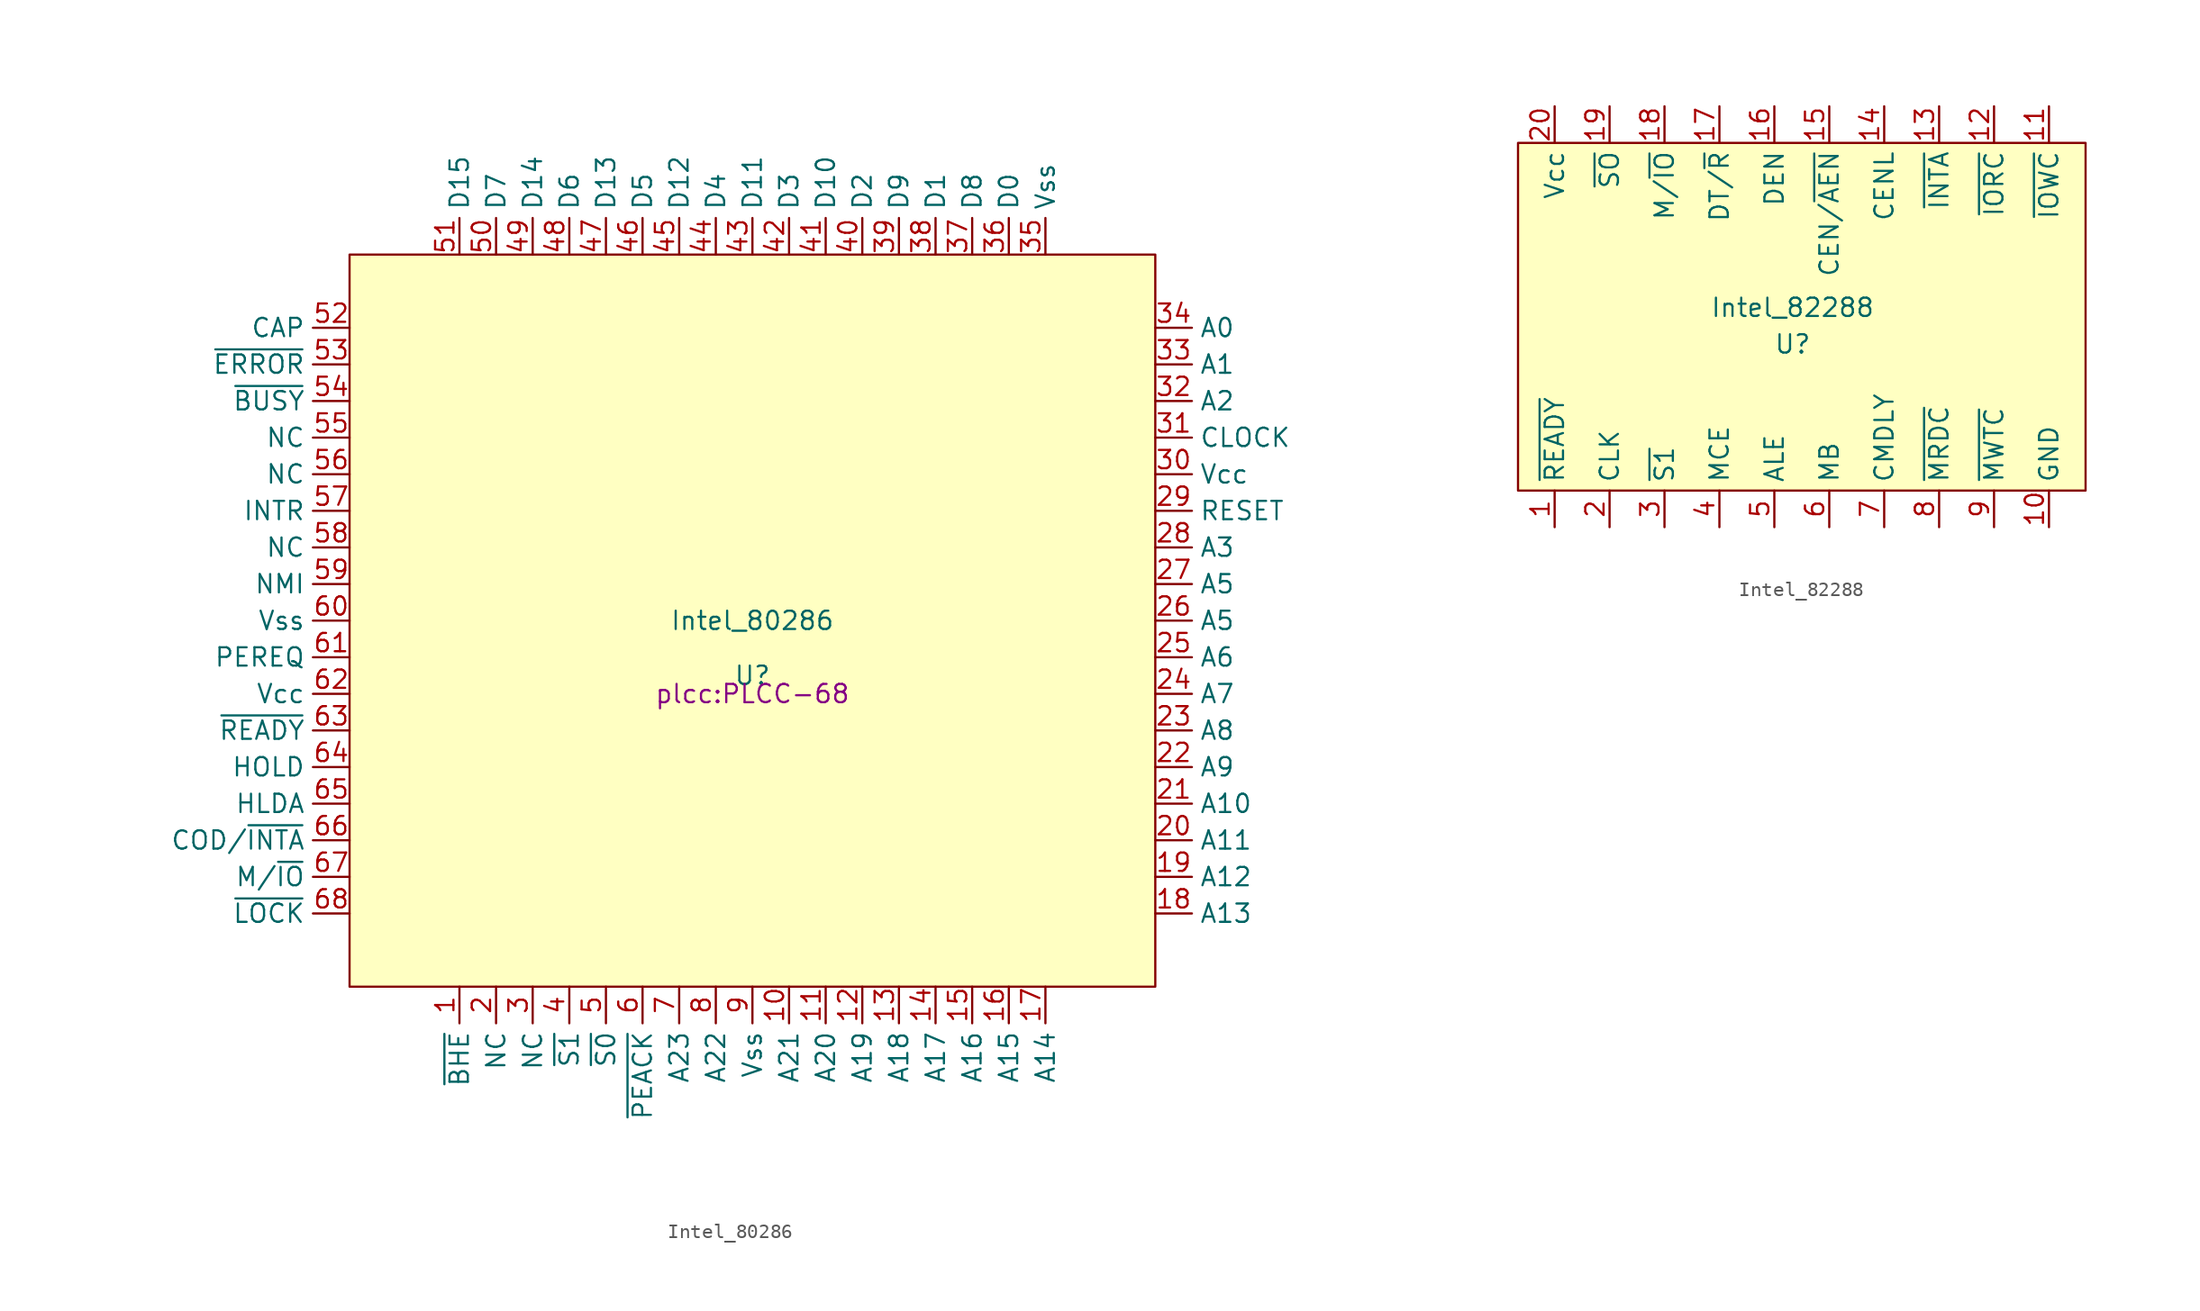
<source format=kicad_sym>
(kicad_symbol_lib
  (version 20211014)
  (generator kicad_symbol_editor)
  (symbol "Intel_80286"
    (property "Reference" "U"
      (at -1.27 -3.81 0)
      (effects (font (size 1.27 1.27))))
    (property "Value" "Intel_80286"
      (at -1.27 0 0)
      (effects (font (size 1.27 1.27))))
    (property "Footprint" "plcc:PLCC-68"
      (at -1.27 -5.08 0)
      (effects (font (size 1.27 1.27))))
    (symbol "Intel_80286_0_1"
      (rectangle (start -29.21 25.4) (end 26.67 -25.4) (stroke (width 0) (type default) (color 0 0 0 0)) (fill (type background))))
    (symbol "Intel_80286_1_1"
      (pin output line (at -21.59 -25.4 270) (length 2.54) (name "~{BHE}" (effects (font (size 1.27 1.27)))) (number "1" (effects (font (size 1.27 1.27)))))
      (pin output line (at 1.27 -25.4 270) (length 2.54) (name "A21" (effects (font (size 1.27 1.27)))) (number "10" (effects (font (size 1.27 1.27)))))
      (pin output line (at 3.81 -25.4 270) (length 2.54) (name "A20" (effects (font (size 1.27 1.27)))) (number "11" (effects (font (size 1.27 1.27)))))
      (pin output line (at 6.35 -25.4 270) (length 2.54) (name "A19" (effects (font (size 1.27 1.27)))) (number "12" (effects (font (size 1.27 1.27)))))
      (pin output line (at 8.89 -25.4 270) (length 2.54) (name "A18" (effects (font (size 1.27 1.27)))) (number "13" (effects (font (size 1.27 1.27)))))
      (pin output line (at 11.43 -25.4 270) (length 2.54) (name "A17" (effects (font (size 1.27 1.27)))) (number "14" (effects (font (size 1.27 1.27)))))
      (pin output line (at 13.97 -25.4 270) (length 2.54) (name "A16" (effects (font (size 1.27 1.27)))) (number "15" (effects (font (size 1.27 1.27)))))
      (pin output line (at 16.51 -25.4 270) (length 2.54) (name "A15" (effects (font (size 1.27 1.27)))) (number "16" (effects (font (size 1.27 1.27)))))
      (pin output line (at 19.05 -25.4 270) (length 2.54) (name "A14" (effects (font (size 1.27 1.27)))) (number "17" (effects (font (size 1.27 1.27)))))
      (pin output line (at 26.67 -20.32 0) (length 2.54) (name "A13" (effects (font (size 1.27 1.27)))) (number "18" (effects (font (size 1.27 1.27)))))
      (pin output line (at 26.67 -17.78 0) (length 2.54) (name "A12" (effects (font (size 1.27 1.27)))) (number "19" (effects (font (size 1.27 1.27)))))
      (pin input line (at -19.05 -25.4 270) (length 2.54) (name "NC" (effects (font (size 1.27 1.27)))) (number "2" (effects (font (size 1.27 1.27)))))
      (pin output line (at 26.67 -15.24 0) (length 2.54) (name "A11" (effects (font (size 1.27 1.27)))) (number "20" (effects (font (size 1.27 1.27)))))
      (pin output line (at 26.67 -12.7 0) (length 2.54) (name "A10" (effects (font (size 1.27 1.27)))) (number "21" (effects (font (size 1.27 1.27)))))
      (pin output line (at 26.67 -10.16 0) (length 2.54) (name "A9" (effects (font (size 1.27 1.27)))) (number "22" (effects (font (size 1.27 1.27)))))
      (pin output line (at 26.67 -7.62 0) (length 2.54) (name "A8" (effects (font (size 1.27 1.27)))) (number "23" (effects (font (size 1.27 1.27)))))
      (pin output line (at 26.67 -5.08 0) (length 2.54) (name "A7" (effects (font (size 1.27 1.27)))) (number "24" (effects (font (size 1.27 1.27)))))
      (pin output line (at 26.67 -2.54 0) (length 2.54) (name "A6" (effects (font (size 1.27 1.27)))) (number "25" (effects (font (size 1.27 1.27)))))
      (pin output line (at 26.67 0 0) (length 2.54) (name "A5" (effects (font (size 1.27 1.27)))) (number "26" (effects (font (size 1.27 1.27)))))
      (pin output line (at 26.67 2.54 0) (length 2.54) (name "A5" (effects (font (size 1.27 1.27)))) (number "27" (effects (font (size 1.27 1.27)))))
      (pin output line (at 26.67 5.08 0) (length 2.54) (name "A3" (effects (font (size 1.27 1.27)))) (number "28" (effects (font (size 1.27 1.27)))))
      (pin input line (at 26.67 7.62 0) (length 2.54) (name "RESET" (effects (font (size 1.27 1.27)))) (number "29" (effects (font (size 1.27 1.27)))))
      (pin input line (at -16.51 -25.4 270) (length 2.54) (name "NC" (effects (font (size 1.27 1.27)))) (number "3" (effects (font (size 1.27 1.27)))))
      (pin power_in line (at 26.67 10.16 0) (length 2.54) (name "Vcc" (effects (font (size 1.27 1.27)))) (number "30" (effects (font (size 1.27 1.27)))))
      (pin input line (at 26.67 12.7 0) (length 2.54) (name "CLOCK" (effects (font (size 1.27 1.27)))) (number "31" (effects (font (size 1.27 1.27)))))
      (pin output line (at 26.67 15.24 0) (length 2.54) (name "A2" (effects (font (size 1.27 1.27)))) (number "32" (effects (font (size 1.27 1.27)))))
      (pin output line (at 26.67 17.78 0) (length 2.54) (name "A1" (effects (font (size 1.27 1.27)))) (number "33" (effects (font (size 1.27 1.27)))))
      (pin output line (at 26.67 20.32 0) (length 2.54) (name "A0" (effects (font (size 1.27 1.27)))) (number "34" (effects (font (size 1.27 1.27)))))
      (pin power_in line (at 19.05 25.4 90) (length 2.54) (name "Vss" (effects (font (size 1.27 1.27)))) (number "35" (effects (font (size 1.27 1.27)))))
      (pin bidirectional line (at 16.51 25.4 90) (length 2.54) (name "D0" (effects (font (size 1.27 1.27)))) (number "36" (effects (font (size 1.27 1.27)))))
      (pin bidirectional line (at 13.97 25.4 90) (length 2.54) (name "D8" (effects (font (size 1.27 1.27)))) (number "37" (effects (font (size 1.27 1.27)))))
      (pin bidirectional line (at 11.43 25.4 90) (length 2.54) (name "D1" (effects (font (size 1.27 1.27)))) (number "38" (effects (font (size 1.27 1.27)))))
      (pin bidirectional line (at 8.89 25.4 90) (length 2.54) (name "D9" (effects (font (size 1.27 1.27)))) (number "39" (effects (font (size 1.27 1.27)))))
      (pin output line (at -13.97 -25.4 270) (length 2.54) (name "~{S1}" (effects (font (size 1.27 1.27)))) (number "4" (effects (font (size 1.27 1.27)))))
      (pin bidirectional line (at 6.35 25.4 90) (length 2.54) (name "D2" (effects (font (size 1.27 1.27)))) (number "40" (effects (font (size 1.27 1.27)))))
      (pin bidirectional line (at 3.81 25.4 90) (length 2.54) (name "D10" (effects (font (size 1.27 1.27)))) (number "41" (effects (font (size 1.27 1.27)))))
      (pin bidirectional line (at 1.27 25.4 90) (length 2.54) (name "D3" (effects (font (size 1.27 1.27)))) (number "42" (effects (font (size 1.27 1.27)))))
      (pin bidirectional line (at -1.27 25.4 90) (length 2.54) (name "D11" (effects (font (size 1.27 1.27)))) (number "43" (effects (font (size 1.27 1.27)))))
      (pin bidirectional line (at -3.81 25.4 90) (length 2.54) (name "D4" (effects (font (size 1.27 1.27)))) (number "44" (effects (font (size 1.27 1.27)))))
      (pin bidirectional line (at -6.35 25.4 90) (length 2.54) (name "D12" (effects (font (size 1.27 1.27)))) (number "45" (effects (font (size 1.27 1.27)))))
      (pin bidirectional line (at -8.89 25.4 90) (length 2.54) (name "D5" (effects (font (size 1.27 1.27)))) (number "46" (effects (font (size 1.27 1.27)))))
      (pin bidirectional line (at -11.43 25.4 90) (length 2.54) (name "D13" (effects (font (size 1.27 1.27)))) (number "47" (effects (font (size 1.27 1.27)))))
      (pin bidirectional line (at -13.97 25.4 90) (length 2.54) (name "D6" (effects (font (size 1.27 1.27)))) (number "48" (effects (font (size 1.27 1.27)))))
      (pin bidirectional line (at -16.51 25.4 90) (length 2.54) (name "D14" (effects (font (size 1.27 1.27)))) (number "49" (effects (font (size 1.27 1.27)))))
      (pin output line (at -11.43 -25.4 270) (length 2.54) (name "~{S0}" (effects (font (size 1.27 1.27)))) (number "5" (effects (font (size 1.27 1.27)))))
      (pin bidirectional line (at -19.05 25.4 90) (length 2.54) (name "D7" (effects (font (size 1.27 1.27)))) (number "50" (effects (font (size 1.27 1.27)))))
      (pin bidirectional line (at -21.59 25.4 90) (length 2.54) (name "D15" (effects (font (size 1.27 1.27)))) (number "51" (effects (font (size 1.27 1.27)))))
      (pin input line (at -29.21 20.32 180) (length 2.54) (name "CAP" (effects (font (size 1.27 1.27)))) (number "52" (effects (font (size 1.27 1.27)))))
      (pin input line (at -29.21 17.78 180) (length 2.54) (name "~{ERROR}" (effects (font (size 1.27 1.27)))) (number "53" (effects (font (size 1.27 1.27)))))
      (pin input line (at -29.21 15.24 180) (length 2.54) (name "~{BUSY}" (effects (font (size 1.27 1.27)))) (number "54" (effects (font (size 1.27 1.27)))))
      (pin input line (at -29.21 12.7 180) (length 2.54) (name "NC" (effects (font (size 1.27 1.27)))) (number "55" (effects (font (size 1.27 1.27)))))
      (pin input line (at -29.21 10.16 180) (length 2.54) (name "NC" (effects (font (size 1.27 1.27)))) (number "56" (effects (font (size 1.27 1.27)))))
      (pin input line (at -29.21 7.62 180) (length 2.54) (name "INTR" (effects (font (size 1.27 1.27)))) (number "57" (effects (font (size 1.27 1.27)))))
      (pin input line (at -29.21 5.08 180) (length 2.54) (name "NC" (effects (font (size 1.27 1.27)))) (number "58" (effects (font (size 1.27 1.27)))))
      (pin input line (at -29.21 2.54 180) (length 2.54) (name "NMI" (effects (font (size 1.27 1.27)))) (number "59" (effects (font (size 1.27 1.27)))))
      (pin output line (at -8.89 -25.4 270) (length 2.54) (name "~{PEACK}" (effects (font (size 1.27 1.27)))) (number "6" (effects (font (size 1.27 1.27)))))
      (pin power_in line (at -29.21 0 180) (length 2.54) (name "Vss" (effects (font (size 1.27 1.27)))) (number "60" (effects (font (size 1.27 1.27)))))
      (pin input line (at -29.21 -2.54 180) (length 2.54) (name "PEREQ" (effects (font (size 1.27 1.27)))) (number "61" (effects (font (size 1.27 1.27)))))
      (pin power_in line (at -29.21 -5.08 180) (length 2.54) (name "Vcc" (effects (font (size 1.27 1.27)))) (number "62" (effects (font (size 1.27 1.27)))))
      (pin input line (at -29.21 -7.62 180) (length 2.54) (name "~{READY}" (effects (font (size 1.27 1.27)))) (number "63" (effects (font (size 1.27 1.27)))))
      (pin input line (at -29.21 -10.16 180) (length 2.54) (name "HOLD" (effects (font (size 1.27 1.27)))) (number "64" (effects (font (size 1.27 1.27)))))
      (pin output line (at -29.21 -12.7 180) (length 2.54) (name "HLDA" (effects (font (size 1.27 1.27)))) (number "65" (effects (font (size 1.27 1.27)))))
      (pin output line (at -29.21 -15.24 180) (length 2.54) (name "COD/~{INTA}" (effects (font (size 1.27 1.27)))) (number "66" (effects (font (size 1.27 1.27)))))
      (pin output line (at -29.21 -17.78 180) (length 2.54) (name "M/~{IO}" (effects (font (size 1.27 1.27)))) (number "67" (effects (font (size 1.27 1.27)))))
      (pin output line (at -29.21 -20.32 180) (length 2.54) (name "~{LOCK}" (effects (font (size 1.27 1.27)))) (number "68" (effects (font (size 1.27 1.27)))))
      (pin output line (at -6.35 -25.4 270) (length 2.54) (name "A23" (effects (font (size 1.27 1.27)))) (number "7" (effects (font (size 1.27 1.27)))))
      (pin output line (at -3.81 -25.4 270) (length 2.54) (name "A22" (effects (font (size 1.27 1.27)))) (number "8" (effects (font (size 1.27 1.27)))))
      (pin power_in line (at -1.27 -25.4 270) (length 2.54) (name "Vss" (effects (font (size 1.27 1.27)))) (number "9" (effects (font (size 1.27 1.27)))))))
  (symbol "Intel_82288"
    (property "Reference" "U"
      (at 0 -1.27 0)
      (effects (font (size 1.27 1.27))))
    (property "Value" "Intel_82288"
      (at 0 1.27 0)
      (effects (font (size 1.27 1.27))))
    (symbol "Intel_82288_0_1"
      (rectangle (start -19.05 12.7) (end 20.32 -11.43) (stroke (width 0) (type default) (color 0 0 0 0)) (fill (type background))))
    (symbol "Intel_82288_1_1"
      (pin input line (at -16.51 -13.97 90) (length 2.54) (name "~{READY}" (effects (font (size 1.27 1.27)))) (number "1" (effects (font (size 1.27 1.27)))))
      (pin power_in line (at 17.78 -13.97 90) (length 2.54) (name "GND" (effects (font (size 1.27 1.27)))) (number "10" (effects (font (size 1.27 1.27)))))
      (pin output line (at 17.78 15.24 270) (length 2.54) (name "~{IOWC}" (effects (font (size 1.27 1.27)))) (number "11" (effects (font (size 1.27 1.27)))))
      (pin output line (at 13.97 15.24 270) (length 2.54) (name "~{IORC}" (effects (font (size 1.27 1.27)))) (number "12" (effects (font (size 1.27 1.27)))))
      (pin output line (at 10.16 15.24 270) (length 2.54) (name "~{INTA}" (effects (font (size 1.27 1.27)))) (number "13" (effects (font (size 1.27 1.27)))))
      (pin input line (at 6.35 15.24 270) (length 2.54) (name "CENL" (effects (font (size 1.27 1.27)))) (number "14" (effects (font (size 1.27 1.27)))))
      (pin input line (at 2.54 15.24 270) (length 2.54) (name "CEN/~{AEN}" (effects (font (size 1.27 1.27)))) (number "15" (effects (font (size 1.27 1.27)))))
      (pin output line (at -1.27 15.24 270) (length 2.54) (name "DEN" (effects (font (size 1.27 1.27)))) (number "16" (effects (font (size 1.27 1.27)))))
      (pin output line (at -5.08 15.24 270) (length 2.54) (name "DT/~{R}" (effects (font (size 1.27 1.27)))) (number "17" (effects (font (size 1.27 1.27)))))
      (pin input line (at -8.89 15.24 270) (length 2.54) (name "M/~{IO}" (effects (font (size 1.27 1.27)))) (number "18" (effects (font (size 1.27 1.27)))))
      (pin input line (at -12.7 15.24 270) (length 2.54) (name "~{SO}" (effects (font (size 1.27 1.27)))) (number "19" (effects (font (size 1.27 1.27)))))
      (pin input line (at -12.7 -13.97 90) (length 2.54) (name "CLK" (effects (font (size 1.27 1.27)))) (number "2" (effects (font (size 1.27 1.27)))))
      (pin power_in line (at -16.51 15.24 270) (length 2.54) (name "Vcc" (effects (font (size 1.27 1.27)))) (number "20" (effects (font (size 1.27 1.27)))))
      (pin input line (at -8.89 -13.97 90) (length 2.54) (name "~{S1}" (effects (font (size 1.27 1.27)))) (number "3" (effects (font (size 1.27 1.27)))))
      (pin input line (at -5.08 -13.97 90) (length 2.54) (name "MCE" (effects (font (size 1.27 1.27)))) (number "4" (effects (font (size 1.27 1.27)))))
      (pin output line (at -1.27 -13.97 90) (length 2.54) (name "ALE" (effects (font (size 1.27 1.27)))) (number "5" (effects (font (size 1.27 1.27)))))
      (pin input line (at 2.54 -13.97 90) (length 2.54) (name "MB" (effects (font (size 1.27 1.27)))) (number "6" (effects (font (size 1.27 1.27)))))
      (pin input line (at 6.35 -13.97 90) (length 2.54) (name "CMDLY" (effects (font (size 1.27 1.27)))) (number "7" (effects (font (size 1.27 1.27)))))
      (pin output line (at 10.16 -13.97 90) (length 2.54) (name "~{MRDC}" (effects (font (size 1.27 1.27)))) (number "8" (effects (font (size 1.27 1.27)))))
      (pin output line (at 13.97 -13.97 90) (length 2.54) (name "~{MWTC}" (effects (font (size 1.27 1.27)))) (number "9" (effects (font (size 1.27 1.27))))))))
</source>
